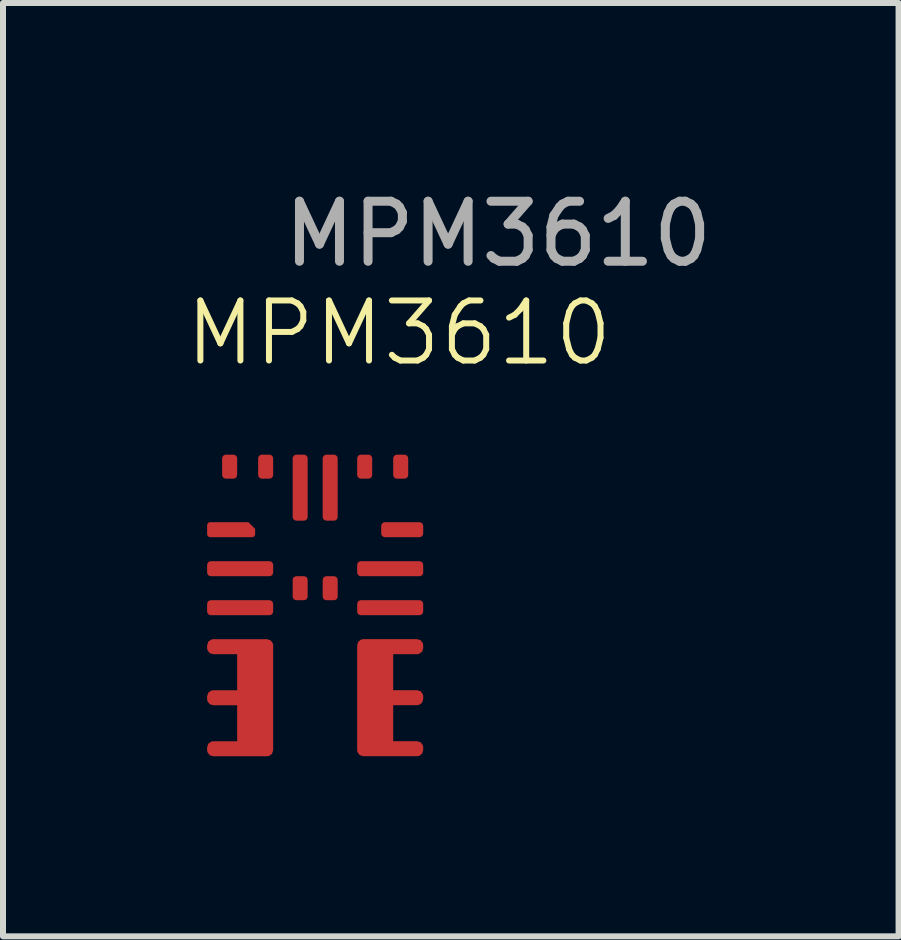
<source format=kicad_pcb>
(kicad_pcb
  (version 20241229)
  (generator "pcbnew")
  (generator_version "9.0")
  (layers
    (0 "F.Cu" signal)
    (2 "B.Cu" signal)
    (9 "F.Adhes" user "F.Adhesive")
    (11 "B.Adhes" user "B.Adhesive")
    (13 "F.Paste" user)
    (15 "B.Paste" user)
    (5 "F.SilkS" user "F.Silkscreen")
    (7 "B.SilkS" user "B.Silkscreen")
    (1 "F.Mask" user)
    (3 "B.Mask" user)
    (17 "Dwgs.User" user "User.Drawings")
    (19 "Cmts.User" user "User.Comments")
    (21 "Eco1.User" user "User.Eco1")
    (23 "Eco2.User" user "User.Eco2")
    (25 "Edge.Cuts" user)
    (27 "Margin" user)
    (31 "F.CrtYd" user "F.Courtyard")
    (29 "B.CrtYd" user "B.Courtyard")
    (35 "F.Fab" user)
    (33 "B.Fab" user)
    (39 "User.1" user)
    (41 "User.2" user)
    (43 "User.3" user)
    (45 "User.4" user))
  (footprint "MPM3610"
    (layer "F.Cu")
    (at 2.201 7.325)
    (property "Reference" "MPM3610" (at 1.397 -4.826 0) (unlocked yes) (layer "F.SilkS") (effects (font (size 1 1) (thickness 0.1))))
    (attr smd)
    (fp_text user "${REFERENCE}" (at 3.048 -6.477 0) (unlocked yes) (layer "F.Fab") (effects (font (size 1 1) (thickness 0.15))))
    (pad "1" smd roundrect (at -1.425 -2.6) (size 0.25 0.4) (layers "F.Cu" "F.Mask" "F.Paste") (roundrect_rratio 0.25))
    (pad "1" smd roundrect (at -1.4 -1.55) (size 0.8 0.25) (layers "F.Cu" "F.Mask" "F.Paste") (roundrect_rratio 0.2) (chamfer_ratio 0.45) (chamfer top_right))
    (pad "1" smd roundrect (at -1.25 -0.9) (size 1.1 0.25) (layers "F.Cu" "F.Mask" "F.Paste") (roundrect_rratio 0.25))
    (pad "1" smd roundrect (at -1.25 -0.25) (size 1.1 0.25) (layers "F.Cu" "F.Mask" "F.Paste") (roundrect_rratio 0.25))
    (pad "1" smd roundrect (at -0.825 -2.6) (size 0.25 0.4) (layers "F.Cu" "F.Mask" "F.Paste") (roundrect_rratio 0.25))
    (pad "1" smd roundrect (at -0.25 -2.25) (size 0.25 1.1) (layers "F.Cu" "F.Mask" "F.Paste") (roundrect_rratio 0.25))
    (pad "1" smd roundrect (at -0.25 -0.575) (size 0.25 0.4) (layers "F.Cu" "F.Mask" "F.Paste") (roundrect_rratio 0.25))
    (pad "1" smd roundrect (at 0.25 -2.25) (size 0.25 1.1) (layers "F.Cu" "F.Mask" "F.Paste") (roundrect_rratio 0.25))
    (pad "1" smd roundrect (at 0.25 -0.575) (size 0.25 0.4) (layers "F.Cu" "F.Mask" "F.Paste") (roundrect_rratio 0.25))
    (pad "1" smd roundrect (at 0.825 -2.6) (size 0.25 0.4) (layers "F.Cu" "F.Mask" "F.Paste") (roundrect_rratio 0.25))
    (pad "1" smd roundrect (at 1.25 -0.9) (size 1.1 0.25) (layers "F.Cu" "F.Mask" "F.Paste") (roundrect_rratio 0.25))
    (pad "1" smd roundrect (at 1.25 -0.25) (size 1.1 0.25) (layers "F.Cu" "F.Mask" "F.Paste") (roundrect_rratio 0.25))
    (pad "1" smd roundrect (at 1.425 -2.6) (size 0.25 0.4) (layers "F.Cu" "F.Mask" "F.Paste") (roundrect_rratio 0.25))
    (pad "1" smd roundrect (at 1.45 -1.55) (size 0.7 0.25) (layers "F.Cu" "F.Mask" "F.Paste") (roundrect_rratio 0.25))
    (pad "2" smd custom (at -1.7 0.375) (size 0.001 0.001) (layers "F.Cu" "F.Mask" "F.Paste") (options (anchor rect)) (primitives (gr_poly (pts (xy 0 0) (xy 0.9 0) (xy 0.9 1.75) (xy 0 1.75) (xy 0 1.7) (xy 0.5 1.7) (xy 0.5 0.9) (xy 0 0.9) (xy 0 0.85) (xy 0.5 0.85) (xy 0.5 0.05) (xy 0 0.05)) (width 0.2) (fill yes))))
    (pad "2" smd custom (at 1.7 2.124 180) (size 0.001 0.001) (layers "F.Cu" "F.Mask" "F.Paste") (options (anchor rect)) (primitives (gr_poly (pts (xy 0 0) (xy 0.9 0) (xy 0.9 1.75) (xy 0 1.75) (xy 0 1.7) (xy 0.5 1.7) (xy 0.5 0.9) (xy 0 0.9) (xy 0 0.85) (xy 0.5 0.85) (xy 0.5 0.05) (xy 0 0.05)) (width 0.2) (fill yes)))))
  (gr_rect
    (start -3 -3)
    (end 11.921 12.55)
    (stroke (width 0.1) (type default))
    (fill no)
    (layer "Edge.Cuts")))
</source>
